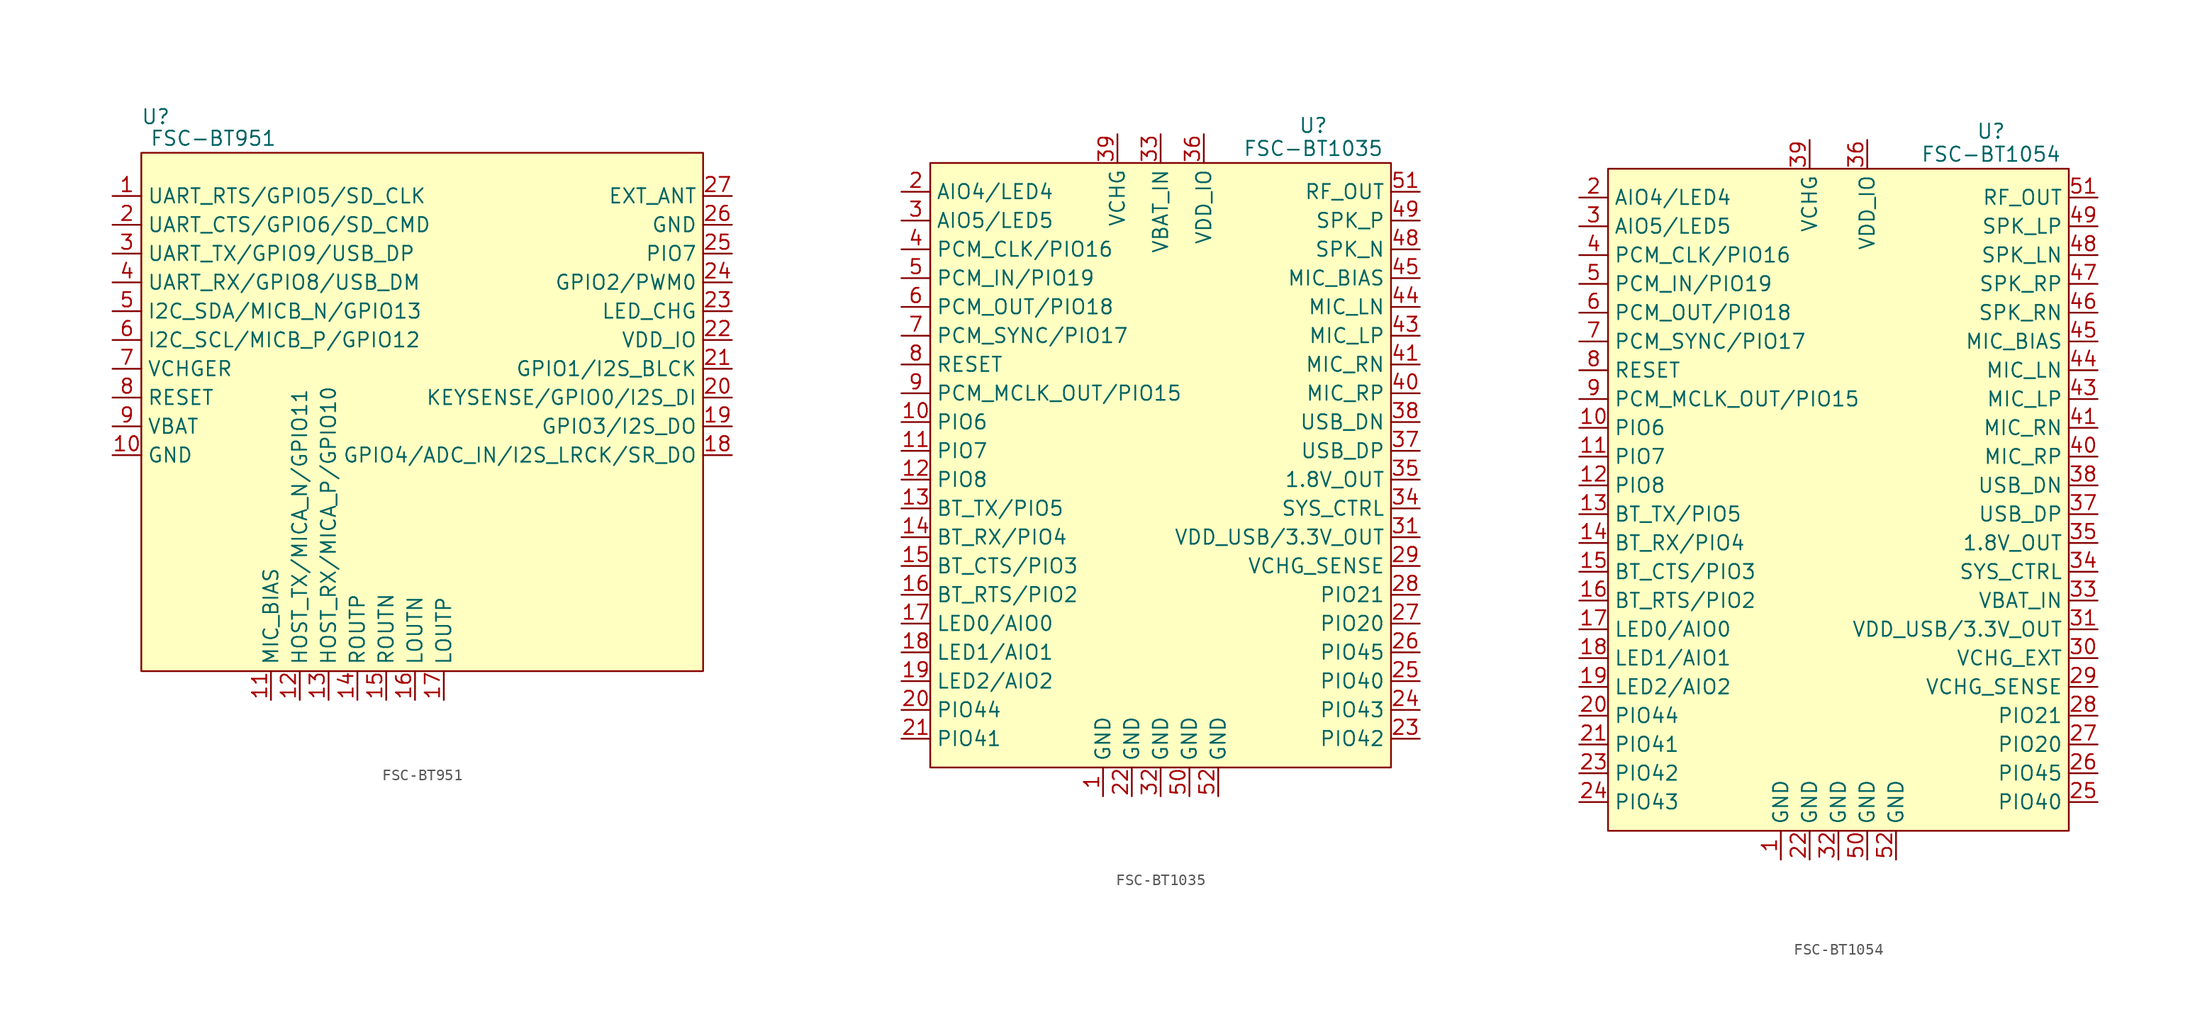
<source format=kicad_sym>
(kicad_symbol_lib
  (version 20231120)
  (generator "kicad_symbol_editor")
  (generator_version "8.0")
  (symbol "FSC-BT951"
    (property "Reference" "U"
      (at -21.59 24.765 0)
      (effects (font (size 1.27 1.27))))
    (property "Value" "FSC-BT951"
      (at -16.51 22.86 0)
      (effects (font (size 1.27 1.27))))
    (symbol "FSC-BT951_0_1"
      (rectangle (start -22.86 21.59) (end 26.67 -24.13) (stroke (width 0) (type default)) (fill (type background))))
    (symbol "FSC-BT951_1_1"
      (pin bidirectional line (at -25.4 17.78 0) (length 2.54) (name "UART_RTS/GPIO5/SD_CLK" (effects (font (size 1.27 1.27)))) (number "1" (effects (font (size 1.27 1.27)))))
      (pin power_in line (at -25.4 -5.08 0) (length 2.54) (name "GND" (effects (font (size 1.27 1.27)))) (number "10" (effects (font (size 1.27 1.27)))))
      (pin power_in line (at -11.43 -26.67 90) (length 2.54) (name "MIC_BIAS" (effects (font (size 1.27 1.27)))) (number "11" (effects (font (size 1.27 1.27)))))
      (pin bidirectional line (at -8.89 -26.67 90) (length 2.54) (name "HOST_TX/MICA_N/GPIO11" (effects (font (size 1.27 1.27)))) (number "12" (effects (font (size 1.27 1.27)))))
      (pin bidirectional line (at -6.35 -26.67 90) (length 2.54) (name "HOST_RX/MICA_P/GPIO10" (effects (font (size 1.27 1.27)))) (number "13" (effects (font (size 1.27 1.27)))))
      (pin bidirectional line (at -3.81 -26.67 90) (length 2.54) (name "ROUTP" (effects (font (size 1.27 1.27)))) (number "14" (effects (font (size 1.27 1.27)))))
      (pin bidirectional line (at -1.27 -26.67 90) (length 2.54) (name "ROUTN" (effects (font (size 1.27 1.27)))) (number "15" (effects (font (size 1.27 1.27)))))
      (pin bidirectional line (at 1.27 -26.67 90) (length 2.54) (name "LOUTN" (effects (font (size 1.27 1.27)))) (number "16" (effects (font (size 1.27 1.27)))))
      (pin bidirectional line (at 3.81 -26.67 90) (length 2.54) (name "LOUTP" (effects (font (size 1.27 1.27)))) (number "17" (effects (font (size 1.27 1.27)))))
      (pin bidirectional line (at 29.21 -5.08 180) (length 2.54) (name "GPIO4/ADC_IN/I2S_LRCK/SR_DO" (effects (font (size 1.27 1.27)))) (number "18" (effects (font (size 1.27 1.27)))))
      (pin bidirectional line (at 29.21 -2.54 180) (length 2.54) (name "GPIO3/I2S_DO" (effects (font (size 1.27 1.27)))) (number "19" (effects (font (size 1.27 1.27)))))
      (pin bidirectional line (at -25.4 15.24 0) (length 2.54) (name "UART_CTS/GPIO6/SD_CMD" (effects (font (size 1.27 1.27)))) (number "2" (effects (font (size 1.27 1.27)))))
      (pin bidirectional line (at 29.21 0 180) (length 2.54) (name "KEYSENSE/GPIO0/I2S_DI" (effects (font (size 1.27 1.27)))) (number "20" (effects (font (size 1.27 1.27)))))
      (pin bidirectional line (at 29.21 2.54 180) (length 2.54) (name "GPIO1/I2S_BLCK" (effects (font (size 1.27 1.27)))) (number "21" (effects (font (size 1.27 1.27)))))
      (pin power_in line (at 29.21 5.08 180) (length 2.54) (name "VDD_IO" (effects (font (size 1.27 1.27)))) (number "22" (effects (font (size 1.27 1.27)))))
      (pin bidirectional line (at 29.21 7.62 180) (length 2.54) (name "LED_CHG" (effects (font (size 1.27 1.27)))) (number "23" (effects (font (size 1.27 1.27)))))
      (pin bidirectional line (at 29.21 10.16 180) (length 2.54) (name "GPIO2/PWM0" (effects (font (size 1.27 1.27)))) (number "24" (effects (font (size 1.27 1.27)))))
      (pin bidirectional line (at 29.21 12.7 180) (length 2.54) (name "PIO7" (effects (font (size 1.27 1.27)))) (number "25" (effects (font (size 1.27 1.27)))))
      (pin power_in line (at 29.21 15.24 180) (length 2.54) (name "GND" (effects (font (size 1.27 1.27)))) (number "26" (effects (font (size 1.27 1.27)))))
      (pin bidirectional line (at 29.21 17.78 180) (length 2.54) (name "EXT_ANT" (effects (font (size 1.27 1.27)))) (number "27" (effects (font (size 1.27 1.27)))))
      (pin bidirectional line (at -25.4 12.7 0) (length 2.54) (name "UART_TX/GPIO9/USB_DP" (effects (font (size 1.27 1.27)))) (number "3" (effects (font (size 1.27 1.27)))))
      (pin bidirectional line (at -25.4 10.16 0) (length 2.54) (name "UART_RX/GPIO8/USB_DM" (effects (font (size 1.27 1.27)))) (number "4" (effects (font (size 1.27 1.27)))))
      (pin bidirectional line (at -25.4 7.62 0) (length 2.54) (name "I2C_SDA/MICB_N/GPIO13" (effects (font (size 1.27 1.27)))) (number "5" (effects (font (size 1.27 1.27)))))
      (pin bidirectional line (at -25.4 5.08 0) (length 2.54) (name "I2C_SCL/MICB_P/GPIO12" (effects (font (size 1.27 1.27)))) (number "6" (effects (font (size 1.27 1.27)))))
      (pin power_in line (at -25.4 2.54 0) (length 2.54) (name "VCHGER" (effects (font (size 1.27 1.27)))) (number "7" (effects (font (size 1.27 1.27)))))
      (pin bidirectional line (at -25.4 0 0) (length 2.54) (name "RESET" (effects (font (size 1.27 1.27)))) (number "8" (effects (font (size 1.27 1.27)))))
      (pin power_in line (at -25.4 -2.54 0) (length 2.54) (name "VBAT" (effects (font (size 1.27 1.27)))) (number "9" (effects (font (size 1.27 1.27)))))))
  (symbol "FSC-BT1035"
    (property "Reference" "U"
      (at 13.462 29.972 0)
      (effects (font (size 1.27 1.27))))
    (property "Value" "FSC-BT1035"
      (at 13.462 27.94 0)
      (effects (font (size 1.27 1.27))))
    (symbol "FSC-BT1035_1_1"
      (rectangle (start -20.32 26.67) (end 20.32 -26.67) (stroke (width 0) (type default)) (fill (type background)))
      (pin power_in line (at -5.08 -29.21 90) (length 2.54) (name "GND" (effects (font (size 1.27 1.27)))) (number "1" (effects (font (size 1.27 1.27)))))
      (pin passive line (at -22.86 3.81 0) (length 2.54) (name "PIO6" (effects (font (size 1.27 1.27)))) (number "10" (effects (font (size 1.27 1.27)))))
      (pin passive line (at -22.86 1.27 0) (length 2.54) (name "PIO7" (effects (font (size 1.27 1.27)))) (number "11" (effects (font (size 1.27 1.27)))))
      (pin passive line (at -22.86 -1.27 0) (length 2.54) (name "PIO8" (effects (font (size 1.27 1.27)))) (number "12" (effects (font (size 1.27 1.27)))))
      (pin passive line (at -22.86 -3.81 0) (length 2.54) (name "BT_TX/PIO5" (effects (font (size 1.27 1.27)))) (number "13" (effects (font (size 1.27 1.27)))))
      (pin passive line (at -22.86 -6.35 0) (length 2.54) (name "BT_RX/PIO4" (effects (font (size 1.27 1.27)))) (number "14" (effects (font (size 1.27 1.27)))))
      (pin passive line (at -22.86 -8.89 0) (length 2.54) (name "BT_CTS/PIO3" (effects (font (size 1.27 1.27)))) (number "15" (effects (font (size 1.27 1.27)))))
      (pin passive line (at -22.86 -11.43 0) (length 2.54) (name "BT_RTS/PIO2" (effects (font (size 1.27 1.27)))) (number "16" (effects (font (size 1.27 1.27)))))
      (pin passive line (at -22.86 -13.97 0) (length 2.54) (name "LED0/AIO0" (effects (font (size 1.27 1.27)))) (number "17" (effects (font (size 1.27 1.27)))))
      (pin passive line (at -22.86 -16.51 0) (length 2.54) (name "LED1/AIO1" (effects (font (size 1.27 1.27)))) (number "18" (effects (font (size 1.27 1.27)))))
      (pin passive line (at -22.86 -19.05 0) (length 2.54) (name "LED2/AIO2" (effects (font (size 1.27 1.27)))) (number "19" (effects (font (size 1.27 1.27)))))
      (pin passive line (at -22.86 24.13 0) (length 2.54) (name "AIO4/LED4" (effects (font (size 1.27 1.27)))) (number "2" (effects (font (size 1.27 1.27)))))
      (pin passive line (at -22.86 -21.59 0) (length 2.54) (name "PIO44" (effects (font (size 1.27 1.27)))) (number "20" (effects (font (size 1.27 1.27)))))
      (pin passive line (at -22.86 -24.13 0) (length 2.54) (name "PIO41" (effects (font (size 1.27 1.27)))) (number "21" (effects (font (size 1.27 1.27)))))
      (pin power_in line (at -2.54 -29.21 90) (length 2.54) (name "GND" (effects (font (size 1.27 1.27)))) (number "22" (effects (font (size 1.27 1.27)))))
      (pin passive line (at 22.86 -24.13 180) (length 2.54) (name "PIO42" (effects (font (size 1.27 1.27)))) (number "23" (effects (font (size 1.27 1.27)))))
      (pin passive line (at 22.86 -21.59 180) (length 2.54) (name "PIO43" (effects (font (size 1.27 1.27)))) (number "24" (effects (font (size 1.27 1.27)))))
      (pin passive line (at 22.86 -19.05 180) (length 2.54) (name "PIO40" (effects (font (size 1.27 1.27)))) (number "25" (effects (font (size 1.27 1.27)))))
      (pin passive line (at 22.86 -16.51 180) (length 2.54) (name "PIO45" (effects (font (size 1.27 1.27)))) (number "26" (effects (font (size 1.27 1.27)))))
      (pin passive line (at 22.86 -13.97 180) (length 2.54) (name "PIO20" (effects (font (size 1.27 1.27)))) (number "27" (effects (font (size 1.27 1.27)))))
      (pin passive line (at 22.86 -11.43 180) (length 2.54) (name "PIO21" (effects (font (size 1.27 1.27)))) (number "28" (effects (font (size 1.27 1.27)))))
      (pin passive line (at 22.86 -8.89 180) (length 2.54) (name "VCHG_SENSE" (effects (font (size 1.27 1.27)))) (number "29" (effects (font (size 1.27 1.27)))))
      (pin passive line (at -22.86 21.59 0) (length 2.54) (name "AIO5/LED5" (effects (font (size 1.27 1.27)))) (number "3" (effects (font (size 1.27 1.27)))))
      (pin no_connect line (at -11.43 -29.21 90) (length 2.54) hide (name "NC" (effects (font (size 1.27 1.27)))) (number "30" (effects (font (size 1.27 1.27)))))
      (pin passive line (at 22.86 -6.35 180) (length 2.54) (name "VDD_USB/3.3V_OUT" (effects (font (size 1.27 1.27)))) (number "31" (effects (font (size 1.27 1.27)))))
      (pin power_in line (at 0 -29.21 90) (length 2.54) (name "GND" (effects (font (size 1.27 1.27)))) (number "32" (effects (font (size 1.27 1.27)))))
      (pin power_in line (at 0 29.21 270) (length 2.54) (name "VBAT_IN" (effects (font (size 1.27 1.27)))) (number "33" (effects (font (size 1.27 1.27)))))
      (pin input line (at 22.86 -3.81 180) (length 2.54) (name "SYS_CTRL" (effects (font (size 1.27 1.27)))) (number "34" (effects (font (size 1.27 1.27)))))
      (pin power_out line (at 22.86 -1.27 180) (length 2.54) (name "1.8V_OUT" (effects (font (size 1.27 1.27)))) (number "35" (effects (font (size 1.27 1.27)))))
      (pin passive line (at 3.81 29.21 270) (length 2.54) (name "VDD_IO" (effects (font (size 1.27 1.27)))) (number "36" (effects (font (size 1.27 1.27)))))
      (pin passive line (at 22.86 1.27 180) (length 2.54) (name "USB_DP" (effects (font (size 1.27 1.27)))) (number "37" (effects (font (size 1.27 1.27)))))
      (pin passive line (at 22.86 3.81 180) (length 2.54) (name "USB_DN" (effects (font (size 1.27 1.27)))) (number "38" (effects (font (size 1.27 1.27)))))
      (pin passive line (at -3.81 29.21 270) (length 2.54) (name "VCHG" (effects (font (size 1.27 1.27)))) (number "39" (effects (font (size 1.27 1.27)))))
      (pin passive line (at -22.86 19.05 0) (length 2.54) (name "PCM_CLK/PIO16" (effects (font (size 1.27 1.27)))) (number "4" (effects (font (size 1.27 1.27)))))
      (pin passive line (at 22.86 6.35 180) (length 2.54) (name "MIC_RP" (effects (font (size 1.27 1.27)))) (number "40" (effects (font (size 1.27 1.27)))))
      (pin passive line (at 22.86 8.89 180) (length 2.54) (name "MIC_RN" (effects (font (size 1.27 1.27)))) (number "41" (effects (font (size 1.27 1.27)))))
      (pin no_connect line (at -8.89 -29.21 90) (length 2.54) hide (name "NC" (effects (font (size 1.27 1.27)))) (number "42" (effects (font (size 1.27 1.27)))))
      (pin passive line (at 22.86 11.43 180) (length 2.54) (name "MIC_LP" (effects (font (size 1.27 1.27)))) (number "43" (effects (font (size 1.27 1.27)))))
      (pin passive line (at 22.86 13.97 180) (length 2.54) (name "MIC_LN" (effects (font (size 1.27 1.27)))) (number "44" (effects (font (size 1.27 1.27)))))
      (pin passive line (at 22.86 16.51 180) (length 2.54) (name "MIC_BIAS" (effects (font (size 1.27 1.27)))) (number "45" (effects (font (size 1.27 1.27)))))
      (pin no_connect line (at 8.89 -29.21 90) (length 2.54) hide (name "NC" (effects (font (size 1.27 1.27)))) (number "46" (effects (font (size 1.27 1.27)))))
      (pin no_connect line (at 11.43 -29.21 90) (length 2.54) hide (name "NC" (effects (font (size 1.27 1.27)))) (number "47" (effects (font (size 1.27 1.27)))))
      (pin passive line (at 22.86 19.05 180) (length 2.54) (name "SPK_N" (effects (font (size 1.27 1.27)))) (number "48" (effects (font (size 1.27 1.27)))))
      (pin passive line (at 22.86 21.59 180) (length 2.54) (name "SPK_P" (effects (font (size 1.27 1.27)))) (number "49" (effects (font (size 1.27 1.27)))))
      (pin passive line (at -22.86 16.51 0) (length 2.54) (name "PCM_IN/PIO19" (effects (font (size 1.27 1.27)))) (number "5" (effects (font (size 1.27 1.27)))))
      (pin power_in line (at 2.54 -29.21 90) (length 2.54) (name "GND" (effects (font (size 1.27 1.27)))) (number "50" (effects (font (size 1.27 1.27)))))
      (pin output line (at 22.86 24.13 180) (length 2.54) (name "RF_OUT" (effects (font (size 1.27 1.27)))) (number "51" (effects (font (size 1.27 1.27)))))
      (pin power_in line (at 5.08 -29.21 90) (length 2.54) (name "GND" (effects (font (size 1.27 1.27)))) (number "52" (effects (font (size 1.27 1.27)))))
      (pin passive line (at -22.86 13.97 0) (length 2.54) (name "PCM_OUT/PIO18" (effects (font (size 1.27 1.27)))) (number "6" (effects (font (size 1.27 1.27)))))
      (pin passive line (at -22.86 11.43 0) (length 2.54) (name "PCM_SYNC/PIO17" (effects (font (size 1.27 1.27)))) (number "7" (effects (font (size 1.27 1.27)))))
      (pin input line (at -22.86 8.89 0) (length 2.54) (name "RESET" (effects (font (size 1.27 1.27)))) (number "8" (effects (font (size 1.27 1.27)))))
      (pin passive line (at -22.86 6.35 0) (length 2.54) (name "PCM_MCLK_OUT/PIO15" (effects (font (size 1.27 1.27)))) (number "9" (effects (font (size 1.27 1.27)))))))
  (symbol "FSC-BT1054"
    (property "Reference" "U"
      (at 13.462 29.972 0)
      (effects (font (size 1.27 1.27))))
    (property "Value" "FSC-BT1054"
      (at 13.462 27.94 0)
      (effects (font (size 1.27 1.27))))
    (symbol "FSC-BT1054_1_1"
      (rectangle (start -20.32 26.67) (end 20.32 -31.75) (stroke (width 0) (type default)) (fill (type background)))
      (pin power_in line (at -5.08 -34.29 90) (length 2.54) (name "GND" (effects (font (size 1.27 1.27)))) (number "1" (effects (font (size 1.27 1.27)))))
      (pin passive line (at -22.86 3.81 0) (length 2.54) (name "PIO6" (effects (font (size 1.27 1.27)))) (number "10" (effects (font (size 1.27 1.27)))))
      (pin passive line (at -22.86 1.27 0) (length 2.54) (name "PIO7" (effects (font (size 1.27 1.27)))) (number "11" (effects (font (size 1.27 1.27)))))
      (pin passive line (at -22.86 -1.27 0) (length 2.54) (name "PIO8" (effects (font (size 1.27 1.27)))) (number "12" (effects (font (size 1.27 1.27)))))
      (pin passive line (at -22.86 -3.81 0) (length 2.54) (name "BT_TX/PIO5" (effects (font (size 1.27 1.27)))) (number "13" (effects (font (size 1.27 1.27)))))
      (pin passive line (at -22.86 -6.35 0) (length 2.54) (name "BT_RX/PIO4" (effects (font (size 1.27 1.27)))) (number "14" (effects (font (size 1.27 1.27)))))
      (pin passive line (at -22.86 -8.89 0) (length 2.54) (name "BT_CTS/PIO3" (effects (font (size 1.27 1.27)))) (number "15" (effects (font (size 1.27 1.27)))))
      (pin passive line (at -22.86 -11.43 0) (length 2.54) (name "BT_RTS/PIO2" (effects (font (size 1.27 1.27)))) (number "16" (effects (font (size 1.27 1.27)))))
      (pin passive line (at -22.86 -13.97 0) (length 2.54) (name "LED0/AIO0" (effects (font (size 1.27 1.27)))) (number "17" (effects (font (size 1.27 1.27)))))
      (pin passive line (at -22.86 -16.51 0) (length 2.54) (name "LED1/AIO1" (effects (font (size 1.27 1.27)))) (number "18" (effects (font (size 1.27 1.27)))))
      (pin passive line (at -22.86 -19.05 0) (length 2.54) (name "LED2/AIO2" (effects (font (size 1.27 1.27)))) (number "19" (effects (font (size 1.27 1.27)))))
      (pin passive line (at -22.86 24.13 0) (length 2.54) (name "AIO4/LED4" (effects (font (size 1.27 1.27)))) (number "2" (effects (font (size 1.27 1.27)))))
      (pin passive line (at -22.86 -21.59 0) (length 2.54) (name "PIO44" (effects (font (size 1.27 1.27)))) (number "20" (effects (font (size 1.27 1.27)))))
      (pin passive line (at -22.86 -24.13 0) (length 2.54) (name "PIO41" (effects (font (size 1.27 1.27)))) (number "21" (effects (font (size 1.27 1.27)))))
      (pin power_in line (at -2.54 -34.29 90) (length 2.54) (name "GND" (effects (font (size 1.27 1.27)))) (number "22" (effects (font (size 1.27 1.27)))))
      (pin passive line (at -22.86 -26.67 0) (length 2.54) (name "PIO42" (effects (font (size 1.27 1.27)))) (number "23" (effects (font (size 1.27 1.27)))))
      (pin passive line (at -22.86 -29.21 0) (length 2.54) (name "PIO43" (effects (font (size 1.27 1.27)))) (number "24" (effects (font (size 1.27 1.27)))))
      (pin passive line (at 22.86 -29.21 180) (length 2.54) (name "PIO40" (effects (font (size 1.27 1.27)))) (number "25" (effects (font (size 1.27 1.27)))))
      (pin passive line (at 22.86 -26.67 180) (length 2.54) (name "PIO45" (effects (font (size 1.27 1.27)))) (number "26" (effects (font (size 1.27 1.27)))))
      (pin passive line (at 22.86 -24.13 180) (length 2.54) (name "PIO20" (effects (font (size 1.27 1.27)))) (number "27" (effects (font (size 1.27 1.27)))))
      (pin passive line (at 22.86 -21.59 180) (length 2.54) (name "PIO21" (effects (font (size 1.27 1.27)))) (number "28" (effects (font (size 1.27 1.27)))))
      (pin passive line (at 22.86 -19.05 180) (length 2.54) (name "VCHG_SENSE" (effects (font (size 1.27 1.27)))) (number "29" (effects (font (size 1.27 1.27)))))
      (pin passive line (at -22.86 21.59 0) (length 2.54) (name "AIO5/LED5" (effects (font (size 1.27 1.27)))) (number "3" (effects (font (size 1.27 1.27)))))
      (pin passive line (at 22.86 -16.51 180) (length 2.54) (name "VCHG_EXT" (effects (font (size 1.27 1.27)))) (number "30" (effects (font (size 1.27 1.27)))))
      (pin passive line (at 22.86 -13.97 180) (length 2.54) (name "VDD_USB/3.3V_OUT" (effects (font (size 1.27 1.27)))) (number "31" (effects (font (size 1.27 1.27)))))
      (pin power_in line (at 0 -34.29 90) (length 2.54) (name "GND" (effects (font (size 1.27 1.27)))) (number "32" (effects (font (size 1.27 1.27)))))
      (pin power_in line (at 22.86 -11.43 180) (length 2.54) (name "VBAT_IN" (effects (font (size 1.27 1.27)))) (number "33" (effects (font (size 1.27 1.27)))))
      (pin input line (at 22.86 -8.89 180) (length 2.54) (name "SYS_CTRL" (effects (font (size 1.27 1.27)))) (number "34" (effects (font (size 1.27 1.27)))))
      (pin power_out line (at 22.86 -6.35 180) (length 2.54) (name "1.8V_OUT" (effects (font (size 1.27 1.27)))) (number "35" (effects (font (size 1.27 1.27)))))
      (pin passive line (at 2.54 29.21 270) (length 2.54) (name "VDD_IO" (effects (font (size 1.27 1.27)))) (number "36" (effects (font (size 1.27 1.27)))))
      (pin passive line (at 22.86 -3.81 180) (length 2.54) (name "USB_DP" (effects (font (size 1.27 1.27)))) (number "37" (effects (font (size 1.27 1.27)))))
      (pin passive line (at 22.86 -1.27 180) (length 2.54) (name "USB_DN" (effects (font (size 1.27 1.27)))) (number "38" (effects (font (size 1.27 1.27)))))
      (pin passive line (at -2.54 29.21 270) (length 2.54) (name "VCHG" (effects (font (size 1.27 1.27)))) (number "39" (effects (font (size 1.27 1.27)))))
      (pin passive line (at -22.86 19.05 0) (length 2.54) (name "PCM_CLK/PIO16" (effects (font (size 1.27 1.27)))) (number "4" (effects (font (size 1.27 1.27)))))
      (pin passive line (at 22.86 1.27 180) (length 2.54) (name "MIC_RP" (effects (font (size 1.27 1.27)))) (number "40" (effects (font (size 1.27 1.27)))))
      (pin passive line (at 22.86 3.81 180) (length 2.54) (name "MIC_RN" (effects (font (size 1.27 1.27)))) (number "41" (effects (font (size 1.27 1.27)))))
      (pin no_connect line (at 7.62 -34.29 90) (length 2.54) hide (name "NC" (effects (font (size 1.27 1.27)))) (number "42" (effects (font (size 1.27 1.27)))))
      (pin passive line (at 22.86 6.35 180) (length 2.54) (name "MIC_LP" (effects (font (size 1.27 1.27)))) (number "43" (effects (font (size 1.27 1.27)))))
      (pin passive line (at 22.86 8.89 180) (length 2.54) (name "MIC_LN" (effects (font (size 1.27 1.27)))) (number "44" (effects (font (size 1.27 1.27)))))
      (pin passive line (at 22.86 11.43 180) (length 2.54) (name "MIC_BIAS" (effects (font (size 1.27 1.27)))) (number "45" (effects (font (size 1.27 1.27)))))
      (pin passive line (at 22.86 13.97 180) (length 2.54) (name "SPK_RN" (effects (font (size 1.27 1.27)))) (number "46" (effects (font (size 1.27 1.27)))))
      (pin passive line (at 22.86 16.51 180) (length 2.54) (name "SPK_RP" (effects (font (size 1.27 1.27)))) (number "47" (effects (font (size 1.27 1.27)))))
      (pin passive line (at 22.86 19.05 180) (length 2.54) (name "SPK_LN" (effects (font (size 1.27 1.27)))) (number "48" (effects (font (size 1.27 1.27)))))
      (pin passive line (at 22.86 21.59 180) (length 2.54) (name "SPK_LP" (effects (font (size 1.27 1.27)))) (number "49" (effects (font (size 1.27 1.27)))))
      (pin passive line (at -22.86 16.51 0) (length 2.54) (name "PCM_IN/PIO19" (effects (font (size 1.27 1.27)))) (number "5" (effects (font (size 1.27 1.27)))))
      (pin power_in line (at 2.54 -34.29 90) (length 2.54) (name "GND" (effects (font (size 1.27 1.27)))) (number "50" (effects (font (size 1.27 1.27)))))
      (pin output line (at 22.86 24.13 180) (length 2.54) (name "RF_OUT" (effects (font (size 1.27 1.27)))) (number "51" (effects (font (size 1.27 1.27)))))
      (pin power_in line (at 5.08 -34.29 90) (length 2.54) (name "GND" (effects (font (size 1.27 1.27)))) (number "52" (effects (font (size 1.27 1.27)))))
      (pin passive line (at -22.86 13.97 0) (length 2.54) (name "PCM_OUT/PIO18" (effects (font (size 1.27 1.27)))) (number "6" (effects (font (size 1.27 1.27)))))
      (pin passive line (at -22.86 11.43 0) (length 2.54) (name "PCM_SYNC/PIO17" (effects (font (size 1.27 1.27)))) (number "7" (effects (font (size 1.27 1.27)))))
      (pin input line (at -22.86 8.89 0) (length 2.54) (name "RESET" (effects (font (size 1.27 1.27)))) (number "8" (effects (font (size 1.27 1.27)))))
      (pin passive line (at -22.86 6.35 0) (length 2.54) (name "PCM_MCLK_OUT/PIO15" (effects (font (size 1.27 1.27)))) (number "9" (effects (font (size 1.27 1.27))))))))
</source>
